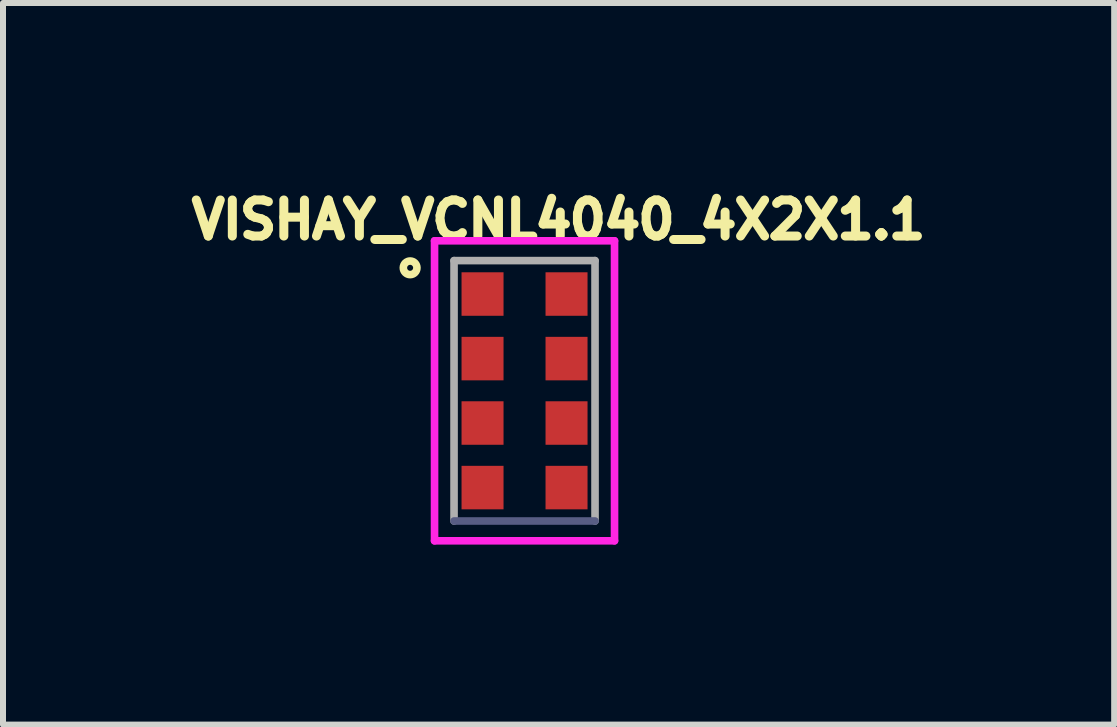
<source format=kicad_pcb>
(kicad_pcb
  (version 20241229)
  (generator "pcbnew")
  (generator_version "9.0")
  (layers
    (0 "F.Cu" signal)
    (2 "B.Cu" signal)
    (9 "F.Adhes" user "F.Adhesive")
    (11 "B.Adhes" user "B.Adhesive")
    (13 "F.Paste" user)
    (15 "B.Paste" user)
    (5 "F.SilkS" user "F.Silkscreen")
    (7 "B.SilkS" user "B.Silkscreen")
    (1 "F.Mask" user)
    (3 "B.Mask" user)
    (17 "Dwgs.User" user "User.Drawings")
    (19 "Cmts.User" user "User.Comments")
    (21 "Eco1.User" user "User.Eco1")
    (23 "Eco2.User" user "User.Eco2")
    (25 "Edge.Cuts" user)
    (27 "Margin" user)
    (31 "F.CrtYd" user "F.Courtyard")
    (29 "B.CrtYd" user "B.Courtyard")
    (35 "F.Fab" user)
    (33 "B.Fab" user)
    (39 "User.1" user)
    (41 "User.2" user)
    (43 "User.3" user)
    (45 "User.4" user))
  (footprint "VISHAY_VCNL4040_4X2X1.1"
    (layer "F.Cu")
    (at 5.693 3.464)
    (property "Reference" "VISHAY_VCNL4040_4X2X1.1" (at 0.567 -2.85 0) (layer "F.SilkS") (effects (font (size 0.601 0.601) (thickness 0.15))))
    (attr smd)
    (fp_circle (center -1.907 -2.05) (end -1.857 -2.05) (stroke (width 0.127) (type solid)) (fill no) (layer "F.SilkS"))
    (fp_line (start -1.5 -2.5) (end 1.5 -2.5) (stroke (width 0.127) (type solid)) (layer "F.CrtYd"))
    (fp_line (start -1.5 2.5) (end -1.5 -2.5) (stroke (width 0.127) (type solid)) (layer "F.CrtYd"))
    (fp_line (start 1.5 -2.5) (end 1.5 2.5) (stroke (width 0.127) (type solid)) (layer "F.CrtYd"))
    (fp_line (start 1.5 2.5) (end -1.5 2.5) (stroke (width 0.127) (type solid)) (layer "F.CrtYd"))
    (fp_line (start 1.175 2.17) (end -1.175 2.17) (stroke (width 0.127) (type solid)) (layer "B.Fab"))
    (fp_line (start -1.175 -2.17) (end 1.175 -2.17) (stroke (width 0.127) (type solid)) (layer "F.Fab"))
    (fp_line (start -1.175 2.17) (end -1.175 -2.17) (stroke (width 0.127) (type solid)) (layer "F.Fab"))
    (fp_line (start 1.175 -2.17) (end 1.175 2.17) (stroke (width 0.127) (type solid)) (layer "F.Fab"))
    (pad "1" smd rect (at -0.7 -1.613) (size 0.7 0.725) (layers "F.Cu" "F.Mask" "F.Paste"))
    (pad "2" smd rect (at -0.7 -0.537) (size 0.7 0.725) (layers "F.Cu" "F.Mask" "F.Paste"))
    (pad "3" smd rect (at -0.7 0.537) (size 0.7 0.725) (layers "F.Cu" "F.Mask" "F.Paste"))
    (pad "4" smd rect (at -0.7 1.613) (size 0.7 0.725) (layers "F.Cu" "F.Mask" "F.Paste"))
    (pad "5" smd rect (at 0.7 1.613) (size 0.7 0.725) (layers "F.Cu" "F.Mask" "F.Paste"))
    (pad "6" smd rect (at 0.7 0.537) (size 0.7 0.725) (layers "F.Cu" "F.Mask" "F.Paste"))
    (pad "7" smd rect (at 0.7 -0.537) (size 0.7 0.725) (layers "F.Cu" "F.Mask" "F.Paste"))
    (pad "8" smd rect (at 0.7 -1.613) (size 0.7 0.725) (layers "F.Cu" "F.Mask" "F.Paste")))
  (gr_rect
    (start -3 -3)
    (end 15.521 9.028)
    (stroke (width 0.1) (type default))
    (fill no)
    (layer "Edge.Cuts")))
</source>
